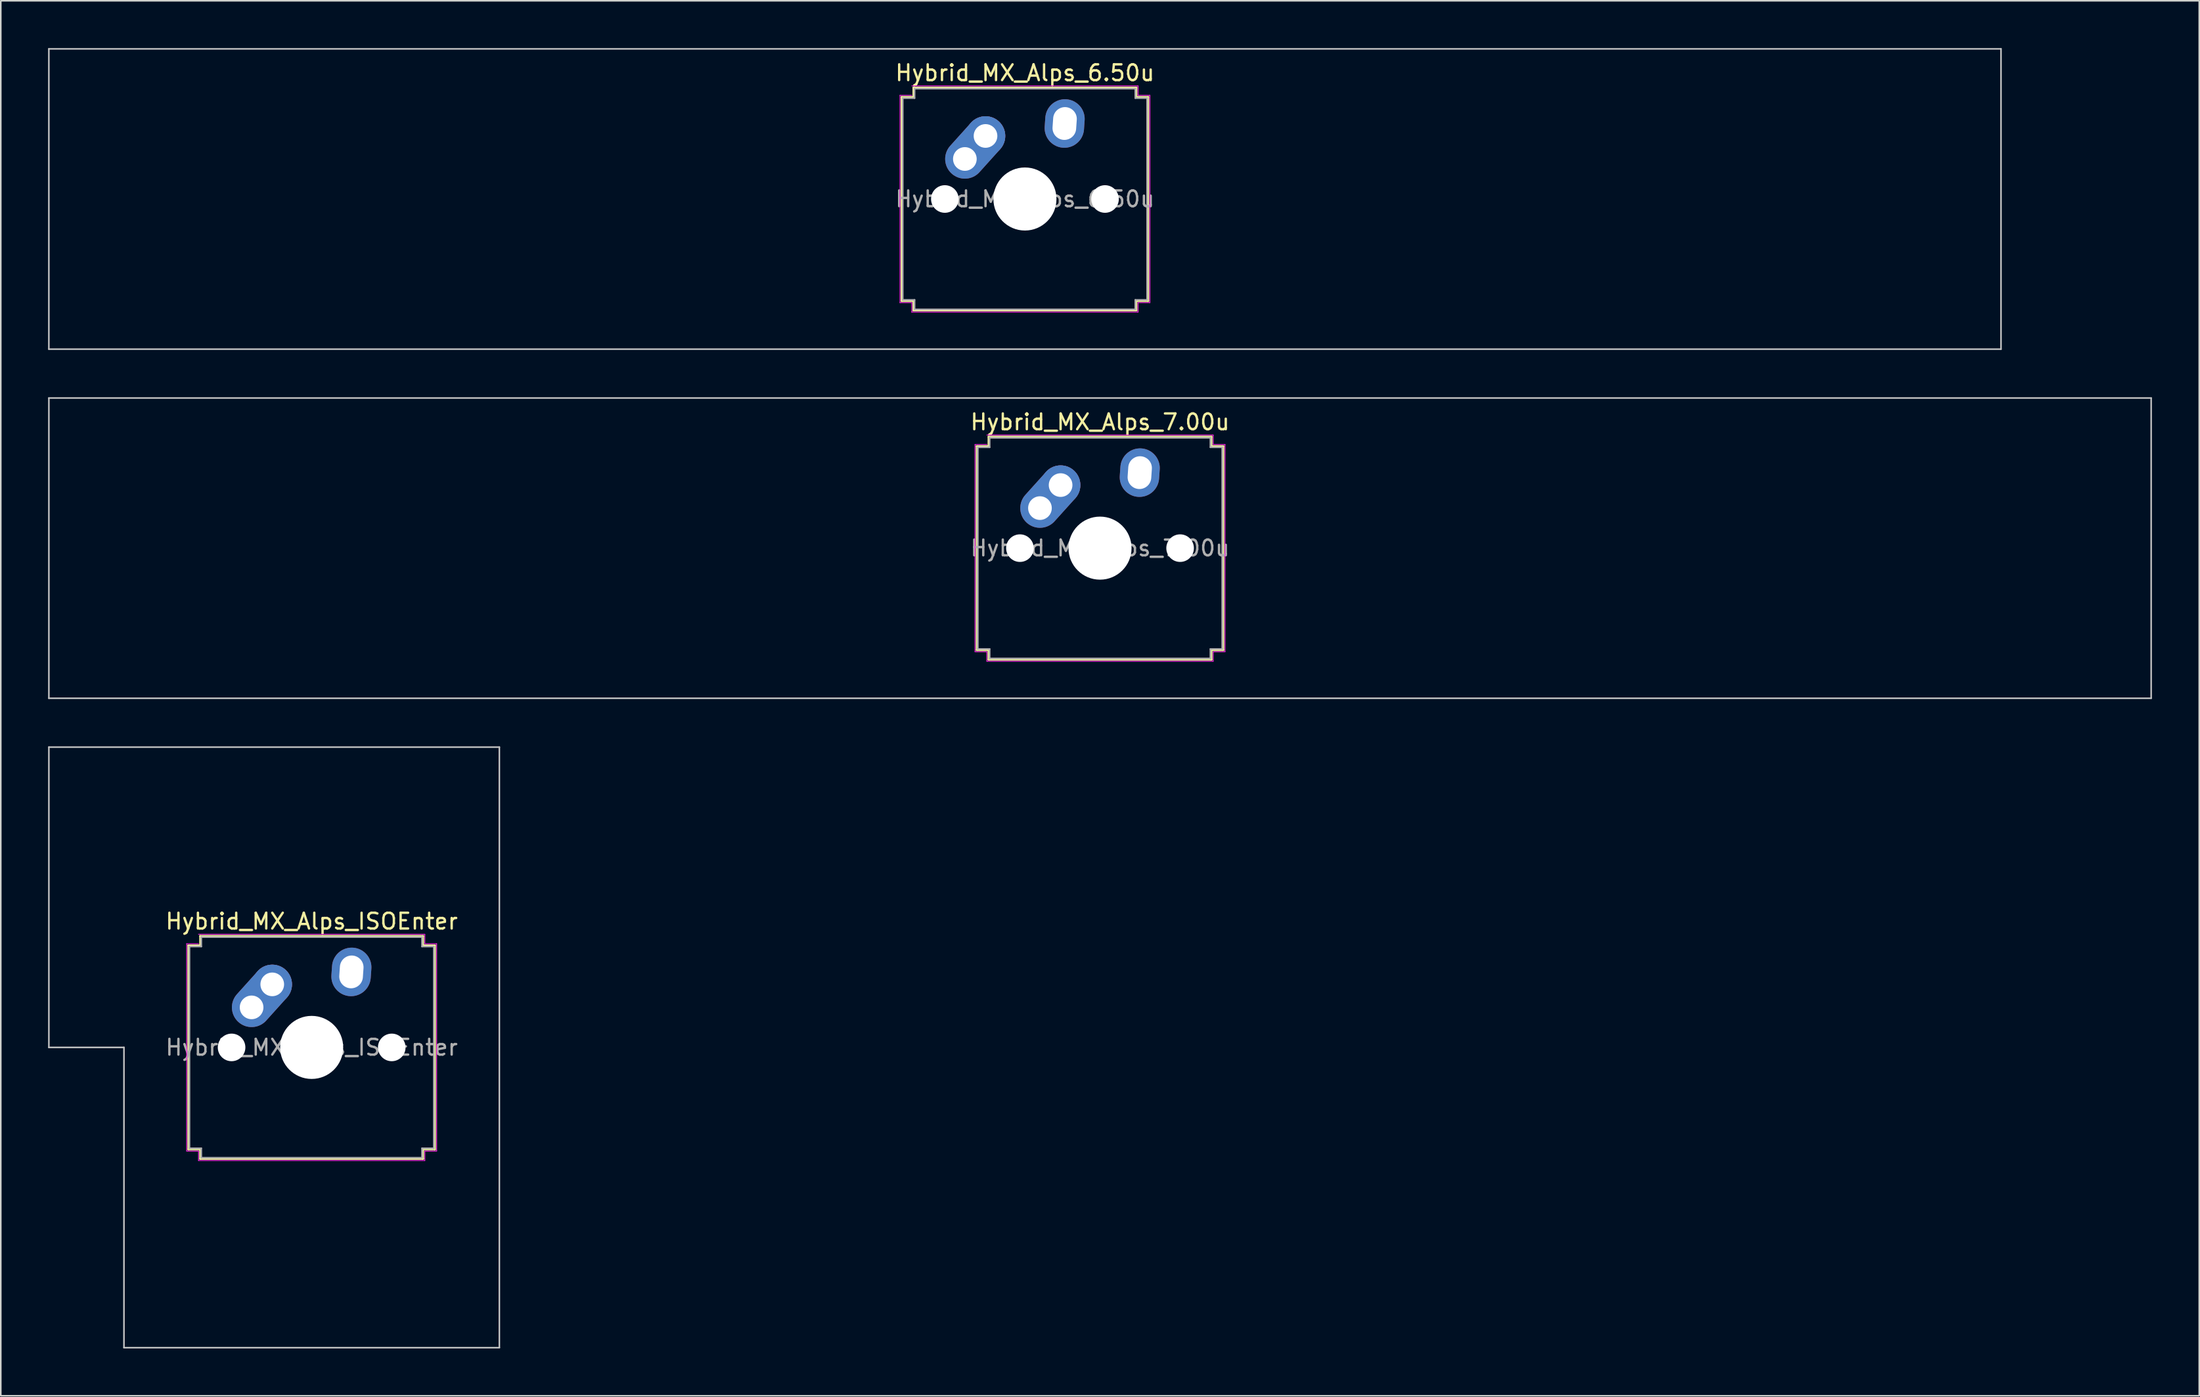
<source format=kicad_pcb>
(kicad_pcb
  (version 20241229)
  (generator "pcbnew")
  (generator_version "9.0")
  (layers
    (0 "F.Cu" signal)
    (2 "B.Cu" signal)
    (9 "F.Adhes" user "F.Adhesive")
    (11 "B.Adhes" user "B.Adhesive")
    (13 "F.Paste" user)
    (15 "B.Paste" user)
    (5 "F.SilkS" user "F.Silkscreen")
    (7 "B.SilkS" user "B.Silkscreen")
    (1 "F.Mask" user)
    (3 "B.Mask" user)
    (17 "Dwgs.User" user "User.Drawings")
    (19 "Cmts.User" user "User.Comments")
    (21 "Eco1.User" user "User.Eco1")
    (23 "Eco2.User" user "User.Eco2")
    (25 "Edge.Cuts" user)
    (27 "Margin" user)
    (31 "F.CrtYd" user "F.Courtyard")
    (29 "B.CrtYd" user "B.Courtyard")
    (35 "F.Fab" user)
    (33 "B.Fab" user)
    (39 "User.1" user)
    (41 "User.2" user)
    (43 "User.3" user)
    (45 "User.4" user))
  (footprint "Hybrid_MX_Alps_7.00u"
    (layer "F.Cu")
    (at 66.725 31.725)
    (property "Reference" "Hybrid_MX_Alps_7.00u" (at 0 -8 0) (layer "F.SilkS") (effects (font (size 1 1) (thickness 0.15))))
    (attr through_hole)
    (fp_line (start -7.821 -6.471) (end -7.071 -6.471) (stroke (width 0.12) (type solid)) (layer "F.SilkS"))
    (fp_line (start -7.821 6.471) (end -7.821 -6.471) (stroke (width 0.12) (type solid)) (layer "F.SilkS"))
    (fp_line (start -7.071 -7.071) (end 7.071 -7.071) (stroke (width 0.12) (type solid)) (layer "F.SilkS"))
    (fp_line (start -7.071 -6.471) (end -7.071 -7.071) (stroke (width 0.12) (type solid)) (layer "F.SilkS"))
    (fp_line (start -7.071 6.471) (end -7.821 6.471) (stroke (width 0.12) (type solid)) (layer "F.SilkS"))
    (fp_line (start -7.071 7.071) (end -7.071 6.471) (stroke (width 0.12) (type solid)) (layer "F.SilkS"))
    (fp_line (start 7.071 -7.071) (end 7.071 -6.471) (stroke (width 0.12) (type solid)) (layer "F.SilkS"))
    (fp_line (start 7.071 -6.471) (end 7.821 -6.471) (stroke (width 0.12) (type solid)) (layer "F.SilkS"))
    (fp_line (start 7.071 6.471) (end 7.071 7.071) (stroke (width 0.12) (type solid)) (layer "F.SilkS"))
    (fp_line (start 7.071 7.071) (end -7.071 7.071) (stroke (width 0.12) (type solid)) (layer "F.SilkS"))
    (fp_line (start 7.821 -6.471) (end 7.821 6.471) (stroke (width 0.12) (type solid)) (layer "F.SilkS"))
    (fp_line (start 7.821 6.471) (end 7.071 6.471) (stroke (width 0.12) (type solid)) (layer "F.SilkS"))
    (fp_line (start -66.675 -9.525) (end -66.675 9.525) (stroke (width 0.1) (type solid)) (layer "Dwgs.User"))
    (fp_line (start -66.675 9.525) (end 66.675 9.525) (stroke (width 0.1) (type solid)) (layer "Dwgs.User"))
    (fp_line (start 66.675 -9.525) (end -66.675 -9.525) (stroke (width 0.1) (type solid)) (layer "Dwgs.User"))
    (fp_line (start 66.675 9.525) (end 66.675 -9.525) (stroke (width 0.1) (type solid)) (layer "Dwgs.User"))
    (fp_line (start -7.927 -6.577) (end -7.177 -6.577) (stroke (width 0.05) (type solid)) (layer "F.CrtYd"))
    (fp_line (start -7.927 6.577) (end -7.927 -6.577) (stroke (width 0.05) (type solid)) (layer "F.CrtYd"))
    (fp_line (start -7.177 -7.177) (end 7.177 -7.177) (stroke (width 0.05) (type solid)) (layer "F.CrtYd"))
    (fp_line (start -7.177 6.577) (end -7.927 6.577) (stroke (width 0.05) (type solid)) (layer "F.CrtYd"))
    (fp_line (start -7.177 7.177) (end -7.177 6.577) (stroke (width 0.05) (type solid)) (layer "F.CrtYd"))
    (fp_line (start 7.177 -7.177) (end 7.177 -6.577) (stroke (width 0.05) (type solid)) (layer "F.CrtYd"))
    (fp_line (start 7.177 -6.577) (end 7.927 -6.577) (stroke (width 0.05) (type solid)) (layer "F.CrtYd"))
    (fp_line (start 7.177 6.577) (end 7.177 7.177) (stroke (width 0.05) (type solid)) (layer "F.CrtYd"))
    (fp_line (start 7.177 7.177) (end -7.177 7.177) (stroke (width 0.05) (type solid)) (layer "F.CrtYd"))
    (fp_line (start 7.927 -6.577) (end 7.927 6.577) (stroke (width 0.05) (type solid)) (layer "F.CrtYd"))
    (fp_line (start 7.927 6.577) (end 7.177 6.577) (stroke (width 0.05) (type solid)) (layer "F.CrtYd"))
    (fp_line (start -7.75 -6.4) (end -7 -6.4) (stroke (width 0.1) (type solid)) (layer "F.Fab"))
    (fp_line (start -7.75 6.4) (end -7.75 -6.4) (stroke (width 0.1) (type solid)) (layer "F.Fab"))
    (fp_line (start -7 -7) (end 7 -7) (stroke (width 0.1) (type solid)) (layer "F.Fab"))
    (fp_line (start -7 -6.4) (end -7 -7) (stroke (width 0.1) (type solid)) (layer "F.Fab"))
    (fp_line (start -7 6.4) (end -7.75 6.4) (stroke (width 0.1) (type solid)) (layer "F.Fab"))
    (fp_line (start -7 7) (end -7 6.4) (stroke (width 0.1) (type solid)) (layer "F.Fab"))
    (fp_line (start 7 -7) (end 7 -6.4) (stroke (width 0.1) (type solid)) (layer "F.Fab"))
    (fp_line (start 7 -6.4) (end 7.75 -6.4) (stroke (width 0.1) (type solid)) (layer "F.Fab"))
    (fp_line (start 7 6.4) (end 7 7) (stroke (width 0.1) (type solid)) (layer "F.Fab"))
    (fp_line (start 7 7) (end -7 7) (stroke (width 0.1) (type solid)) (layer "F.Fab"))
    (fp_line (start 7.75 -6.4) (end 7.75 6.4) (stroke (width 0.1) (type solid)) (layer "F.Fab"))
    (fp_line (start 7.75 6.4) (end 7 6.4) (stroke (width 0.1) (type solid)) (layer "F.Fab"))
    (fp_text user "${REFERENCE}" (at 0 0 0) (layer "F.Fab") (effects (font (size 1 1) (thickness 0.15))))
    (pad "" np_thru_hole circle (at -5.08 0) (size 1.75 1.75) (drill 1.75) (layers "*.Cu" "*.Mask"))
    (pad "" np_thru_hole circle (at 0 0) (size 4 4) (drill 4) (layers "*.Cu" "*.Mask"))
    (pad "" np_thru_hole circle (at 5.08 0) (size 1.75 1.75) (drill 1.75) (layers "*.Cu" "*.Mask"))
    (pad "1" thru_hole oval (at -3.81 -2.54 48) (size 4.462 2.5) (drill 1.5 (offset 0.981 0)) (layers "*.Cu" "*.Mask"))
    (pad "1" thru_hole circle (at -2.5 -4) (size 2.5 2.5) (drill 1.5) (layers "*.Cu" "*.Mask"))
    (pad "2" thru_hole oval (at 2.52 -4.79 86) (size 3.081 2.5) (drill oval 2.081 1.5) (layers "*.Cu" "*.Mask")))
  (footprint "Hybrid_MX_Alps_6.50u"
    (layer "F.Cu")
    (at 61.962 9.575)
    (property "Reference" "Hybrid_MX_Alps_6.50u" (at 0 -8 0) (layer "F.SilkS") (effects (font (size 1 1) (thickness 0.15))))
    (attr through_hole)
    (fp_line (start -7.821 -6.471) (end -7.071 -6.471) (stroke (width 0.12) (type solid)) (layer "F.SilkS"))
    (fp_line (start -7.821 6.471) (end -7.821 -6.471) (stroke (width 0.12) (type solid)) (layer "F.SilkS"))
    (fp_line (start -7.071 -7.071) (end 7.071 -7.071) (stroke (width 0.12) (type solid)) (layer "F.SilkS"))
    (fp_line (start -7.071 -6.471) (end -7.071 -7.071) (stroke (width 0.12) (type solid)) (layer "F.SilkS"))
    (fp_line (start -7.071 6.471) (end -7.821 6.471) (stroke (width 0.12) (type solid)) (layer "F.SilkS"))
    (fp_line (start -7.071 7.071) (end -7.071 6.471) (stroke (width 0.12) (type solid)) (layer "F.SilkS"))
    (fp_line (start 7.071 -7.071) (end 7.071 -6.471) (stroke (width 0.12) (type solid)) (layer "F.SilkS"))
    (fp_line (start 7.071 -6.471) (end 7.821 -6.471) (stroke (width 0.12) (type solid)) (layer "F.SilkS"))
    (fp_line (start 7.071 6.471) (end 7.071 7.071) (stroke (width 0.12) (type solid)) (layer "F.SilkS"))
    (fp_line (start 7.071 7.071) (end -7.071 7.071) (stroke (width 0.12) (type solid)) (layer "F.SilkS"))
    (fp_line (start 7.821 -6.471) (end 7.821 6.471) (stroke (width 0.12) (type solid)) (layer "F.SilkS"))
    (fp_line (start 7.821 6.471) (end 7.071 6.471) (stroke (width 0.12) (type solid)) (layer "F.SilkS"))
    (fp_line (start -61.913 -9.525) (end -61.913 9.525) (stroke (width 0.1) (type solid)) (layer "Dwgs.User"))
    (fp_line (start -61.913 9.525) (end 61.913 9.525) (stroke (width 0.1) (type solid)) (layer "Dwgs.User"))
    (fp_line (start 61.913 -9.525) (end -61.913 -9.525) (stroke (width 0.1) (type solid)) (layer "Dwgs.User"))
    (fp_line (start 61.913 9.525) (end 61.913 -9.525) (stroke (width 0.1) (type solid)) (layer "Dwgs.User"))
    (fp_line (start -7.927 -6.577) (end -7.177 -6.577) (stroke (width 0.05) (type solid)) (layer "F.CrtYd"))
    (fp_line (start -7.927 6.577) (end -7.927 -6.577) (stroke (width 0.05) (type solid)) (layer "F.CrtYd"))
    (fp_line (start -7.177 -7.177) (end 7.177 -7.177) (stroke (width 0.05) (type solid)) (layer "F.CrtYd"))
    (fp_line (start -7.177 6.577) (end -7.927 6.577) (stroke (width 0.05) (type solid)) (layer "F.CrtYd"))
    (fp_line (start -7.177 7.177) (end -7.177 6.577) (stroke (width 0.05) (type solid)) (layer "F.CrtYd"))
    (fp_line (start 7.177 -7.177) (end 7.177 -6.577) (stroke (width 0.05) (type solid)) (layer "F.CrtYd"))
    (fp_line (start 7.177 -6.577) (end 7.927 -6.577) (stroke (width 0.05) (type solid)) (layer "F.CrtYd"))
    (fp_line (start 7.177 6.577) (end 7.177 7.177) (stroke (width 0.05) (type solid)) (layer "F.CrtYd"))
    (fp_line (start 7.177 7.177) (end -7.177 7.177) (stroke (width 0.05) (type solid)) (layer "F.CrtYd"))
    (fp_line (start 7.927 -6.577) (end 7.927 6.577) (stroke (width 0.05) (type solid)) (layer "F.CrtYd"))
    (fp_line (start 7.927 6.577) (end 7.177 6.577) (stroke (width 0.05) (type solid)) (layer "F.CrtYd"))
    (fp_line (start -7.75 -6.4) (end -7 -6.4) (stroke (width 0.1) (type solid)) (layer "F.Fab"))
    (fp_line (start -7.75 6.4) (end -7.75 -6.4) (stroke (width 0.1) (type solid)) (layer "F.Fab"))
    (fp_line (start -7 -7) (end 7 -7) (stroke (width 0.1) (type solid)) (layer "F.Fab"))
    (fp_line (start -7 -6.4) (end -7 -7) (stroke (width 0.1) (type solid)) (layer "F.Fab"))
    (fp_line (start -7 6.4) (end -7.75 6.4) (stroke (width 0.1) (type solid)) (layer "F.Fab"))
    (fp_line (start -7 7) (end -7 6.4) (stroke (width 0.1) (type solid)) (layer "F.Fab"))
    (fp_line (start 7 -7) (end 7 -6.4) (stroke (width 0.1) (type solid)) (layer "F.Fab"))
    (fp_line (start 7 -6.4) (end 7.75 -6.4) (stroke (width 0.1) (type solid)) (layer "F.Fab"))
    (fp_line (start 7 6.4) (end 7 7) (stroke (width 0.1) (type solid)) (layer "F.Fab"))
    (fp_line (start 7 7) (end -7 7) (stroke (width 0.1) (type solid)) (layer "F.Fab"))
    (fp_line (start 7.75 -6.4) (end 7.75 6.4) (stroke (width 0.1) (type solid)) (layer "F.Fab"))
    (fp_line (start 7.75 6.4) (end 7 6.4) (stroke (width 0.1) (type solid)) (layer "F.Fab"))
    (fp_text user "${REFERENCE}" (at 0 0 0) (layer "F.Fab") (effects (font (size 1 1) (thickness 0.15))))
    (pad "" np_thru_hole circle (at -5.08 0) (size 1.75 1.75) (drill 1.75) (layers "*.Cu" "*.Mask"))
    (pad "" np_thru_hole circle (at 0 0) (size 4 4) (drill 4) (layers "*.Cu" "*.Mask"))
    (pad "" np_thru_hole circle (at 5.08 0) (size 1.75 1.75) (drill 1.75) (layers "*.Cu" "*.Mask"))
    (pad "1" thru_hole oval (at -3.81 -2.54 48) (size 4.462 2.5) (drill 1.5 (offset 0.981 0)) (layers "*.Cu" "*.Mask"))
    (pad "1" thru_hole circle (at -2.5 -4) (size 2.5 2.5) (drill 1.5) (layers "*.Cu" "*.Mask"))
    (pad "2" thru_hole oval (at 2.52 -4.79 86) (size 3.081 2.5) (drill oval 2.081 1.5) (layers "*.Cu" "*.Mask")))
  (footprint "Hybrid_MX_Alps_ISOEnter"
    (layer "F.Cu")
    (at 16.719 63.4)
    (property "Reference" "Hybrid_MX_Alps_ISOEnter" (at 0 -8 0) (layer "F.SilkS") (effects (font (size 1 1) (thickness 0.15))))
    (attr through_hole)
    (fp_line (start -7.821 -6.471) (end -7.071 -6.471) (stroke (width 0.12) (type solid)) (layer "F.SilkS"))
    (fp_line (start -7.821 6.471) (end -7.821 -6.471) (stroke (width 0.12) (type solid)) (layer "F.SilkS"))
    (fp_line (start -7.071 -7.071) (end 7.071 -7.071) (stroke (width 0.12) (type solid)) (layer "F.SilkS"))
    (fp_line (start -7.071 -6.471) (end -7.071 -7.071) (stroke (width 0.12) (type solid)) (layer "F.SilkS"))
    (fp_line (start -7.071 6.471) (end -7.821 6.471) (stroke (width 0.12) (type solid)) (layer "F.SilkS"))
    (fp_line (start -7.071 7.071) (end -7.071 6.471) (stroke (width 0.12) (type solid)) (layer "F.SilkS"))
    (fp_line (start 7.071 -7.071) (end 7.071 -6.471) (stroke (width 0.12) (type solid)) (layer "F.SilkS"))
    (fp_line (start 7.071 -6.471) (end 7.821 -6.471) (stroke (width 0.12) (type solid)) (layer "F.SilkS"))
    (fp_line (start 7.071 6.471) (end 7.071 7.071) (stroke (width 0.12) (type solid)) (layer "F.SilkS"))
    (fp_line (start 7.071 7.071) (end -7.071 7.071) (stroke (width 0.12) (type solid)) (layer "F.SilkS"))
    (fp_line (start 7.821 -6.471) (end 7.821 6.471) (stroke (width 0.12) (type solid)) (layer "F.SilkS"))
    (fp_line (start 7.821 6.471) (end 7.071 6.471) (stroke (width 0.12) (type solid)) (layer "F.SilkS"))
    (fp_line (start -16.669 -19.05) (end -16.669 0) (stroke (width 0.1) (type solid)) (layer "Dwgs.User"))
    (fp_line (start -16.669 0) (end -11.906 0) (stroke (width 0.1) (type solid)) (layer "Dwgs.User"))
    (fp_line (start -11.906 0) (end -11.906 19.05) (stroke (width 0.1) (type solid)) (layer "Dwgs.User"))
    (fp_line (start -11.906 19.05) (end 11.906 19.05) (stroke (width 0.1) (type solid)) (layer "Dwgs.User"))
    (fp_line (start 11.906 -19.05) (end -16.669 -19.05) (stroke (width 0.1) (type solid)) (layer "Dwgs.User"))
    (fp_line (start 11.906 19.05) (end 11.906 -19.05) (stroke (width 0.1) (type solid)) (layer "Dwgs.User"))
    (fp_line (start -7.927 -6.577) (end -7.177 -6.577) (stroke (width 0.05) (type solid)) (layer "F.CrtYd"))
    (fp_line (start -7.927 6.577) (end -7.927 -6.577) (stroke (width 0.05) (type solid)) (layer "F.CrtYd"))
    (fp_line (start -7.177 -7.177) (end 7.177 -7.177) (stroke (width 0.05) (type solid)) (layer "F.CrtYd"))
    (fp_line (start -7.177 6.577) (end -7.927 6.577) (stroke (width 0.05) (type solid)) (layer "F.CrtYd"))
    (fp_line (start -7.177 7.177) (end -7.177 6.577) (stroke (width 0.05) (type solid)) (layer "F.CrtYd"))
    (fp_line (start 7.177 -7.177) (end 7.177 -6.577) (stroke (width 0.05) (type solid)) (layer "F.CrtYd"))
    (fp_line (start 7.177 -6.577) (end 7.927 -6.577) (stroke (width 0.05) (type solid)) (layer "F.CrtYd"))
    (fp_line (start 7.177 6.577) (end 7.177 7.177) (stroke (width 0.05) (type solid)) (layer "F.CrtYd"))
    (fp_line (start 7.177 7.177) (end -7.177 7.177) (stroke (width 0.05) (type solid)) (layer "F.CrtYd"))
    (fp_line (start 7.927 -6.577) (end 7.927 6.577) (stroke (width 0.05) (type solid)) (layer "F.CrtYd"))
    (fp_line (start 7.927 6.577) (end 7.177 6.577) (stroke (width 0.05) (type solid)) (layer "F.CrtYd"))
    (fp_line (start -7.75 -6.4) (end -7 -6.4) (stroke (width 0.1) (type solid)) (layer "F.Fab"))
    (fp_line (start -7.75 6.4) (end -7.75 -6.4) (stroke (width 0.1) (type solid)) (layer "F.Fab"))
    (fp_line (start -7 -7) (end 7 -7) (stroke (width 0.1) (type solid)) (layer "F.Fab"))
    (fp_line (start -7 -6.4) (end -7 -7) (stroke (width 0.1) (type solid)) (layer "F.Fab"))
    (fp_line (start -7 6.4) (end -7.75 6.4) (stroke (width 0.1) (type solid)) (layer "F.Fab"))
    (fp_line (start -7 7) (end -7 6.4) (stroke (width 0.1) (type solid)) (layer "F.Fab"))
    (fp_line (start 7 -7) (end 7 -6.4) (stroke (width 0.1) (type solid)) (layer "F.Fab"))
    (fp_line (start 7 -6.4) (end 7.75 -6.4) (stroke (width 0.1) (type solid)) (layer "F.Fab"))
    (fp_line (start 7 6.4) (end 7 7) (stroke (width 0.1) (type solid)) (layer "F.Fab"))
    (fp_line (start 7 7) (end -7 7) (stroke (width 0.1) (type solid)) (layer "F.Fab"))
    (fp_line (start 7.75 -6.4) (end 7.75 6.4) (stroke (width 0.1) (type solid)) (layer "F.Fab"))
    (fp_line (start 7.75 6.4) (end 7 6.4) (stroke (width 0.1) (type solid)) (layer "F.Fab"))
    (fp_text user "${REFERENCE}" (at 0 0 0) (layer "F.Fab") (effects (font (size 1 1) (thickness 0.15))))
    (pad "" np_thru_hole circle (at -5.08 0) (size 1.75 1.75) (drill 1.75) (layers "*.Cu" "*.Mask"))
    (pad "" np_thru_hole circle (at 0 0) (size 4 4) (drill 4) (layers "*.Cu" "*.Mask"))
    (pad "" np_thru_hole circle (at 5.08 0) (size 1.75 1.75) (drill 1.75) (layers "*.Cu" "*.Mask"))
    (pad "1" thru_hole oval (at -3.81 -2.54 48) (size 4.462 2.5) (drill 1.5 (offset 0.981 0)) (layers "*.Cu" "*.Mask"))
    (pad "1" thru_hole circle (at -2.5 -4) (size 2.5 2.5) (drill 1.5) (layers "*.Cu" "*.Mask"))
    (pad "2" thru_hole oval (at 2.52 -4.79 86) (size 3.081 2.5) (drill oval 2.081 1.5) (layers "*.Cu" "*.Mask")))
  (gr_rect
    (start -3 -3)
    (end 136.45 85.5)
    (stroke (width 0.1) (type default))
    (fill no)
    (layer "Edge.Cuts")))
</source>
